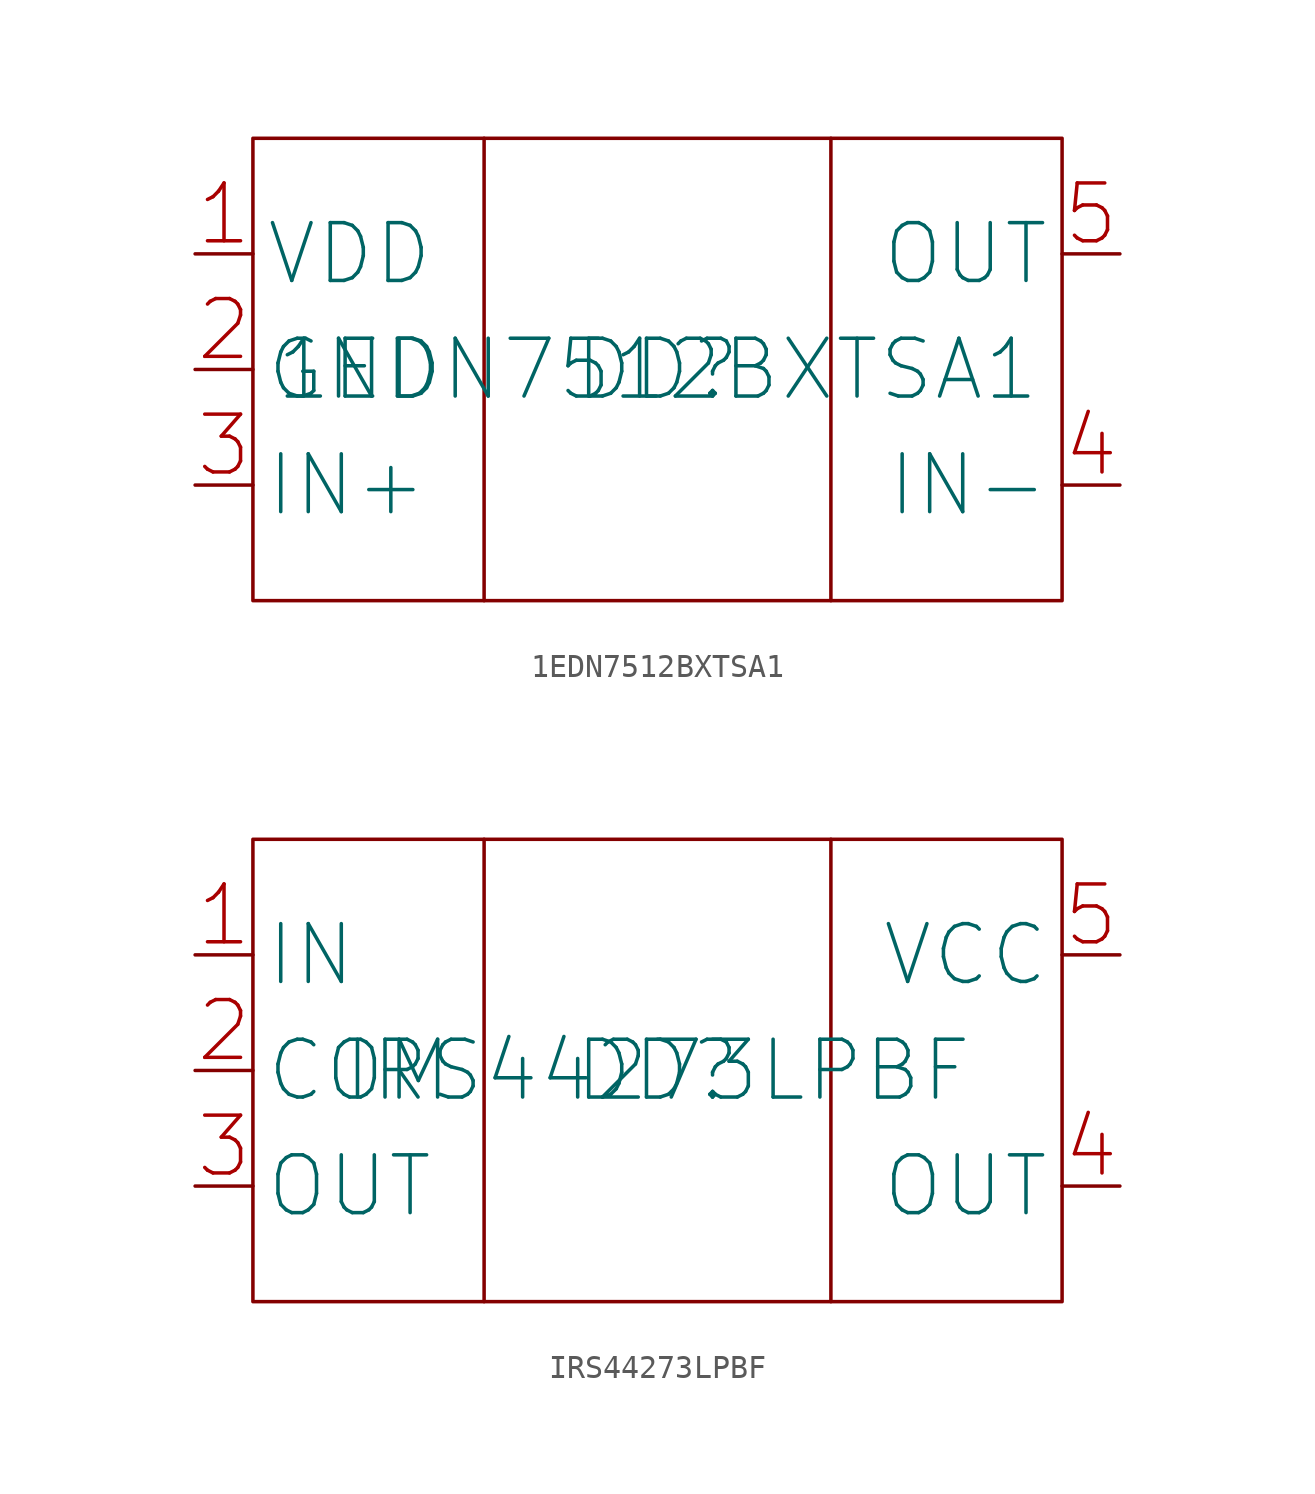
<source format=kicad_sym>
(kicad_symbol_lib
  (version 20220914)
  (generator kicad_symbol_editor)
  (symbol "1EDN7512BXTSA1"
    (property "Reference" "DD"
      (at 0 0 0)
      (effects (font (size 2.5 2.5))))
    (property "Value" "1EDN7512BXTSA1"
      (at 0 0 0)
      (effects (font (size 2.5 2.5))))
    (symbol "1EDN7512BXTSA1_0_1"
      (rectangle (start -17.5 10) (end 17.5 -10) (stroke (width 0) (type default)) (fill (type none)))
      (polyline (pts (xy -7.5 10) (xy -7.5 -10)) (stroke (width 0) (type default)) (fill (type none)))
      (polyline (pts (xy 7.5 10) (xy 7.5 -10)) (stroke (width 0) (type default)) (fill (type none))))
    (symbol "1EDN7512BXTSA1_1_1"
      (pin input line (at -20 5 0) (length 2.5) (name "VDD" (effects (font (size 2.5 2.5)))) (number "1" (effects (font (size 2.5 2.5)))))
      (pin input line (at -20 0 0) (length 2.5) (name "GND" (effects (font (size 2.5 2.5)))) (number "2" (effects (font (size 2.5 2.5)))))
      (pin input line (at -20 -5 0) (length 2.5) (name "IN+" (effects (font (size 2.5 2.5)))) (number "3" (effects (font (size 2.5 2.5)))))
      (pin input line (at 20 -5 180) (length 2.5) (name "IN-" (effects (font (size 2.5 2.5)))) (number "4" (effects (font (size 2.5 2.5)))))
      (pin input line (at 20 5 180) (length 2.5) (name "OUT" (effects (font (size 2.5 2.5)))) (number "5" (effects (font (size 2.5 2.5)))))))
  (symbol "IRS44273LPBF"
    (property "Reference" "DD"
      (at 0 0 0)
      (effects (font (size 2.5 2.5))))
    (property "Value" "IRS44273LPBF"
      (at 0 0 0)
      (effects (font (size 2.5 2.5))))
    (symbol "IRS44273LPBF_0_1"
      (rectangle (start -17.5 10) (end 17.5 -10) (stroke (width 0) (type default)) (fill (type none)))
      (polyline (pts (xy -7.5 10) (xy -7.5 -10)) (stroke (width 0) (type default)) (fill (type none)))
      (polyline (pts (xy 7.5 10) (xy 7.5 -10)) (stroke (width 0) (type default)) (fill (type none))))
    (symbol "IRS44273LPBF_1_1"
      (pin input line (at -20 5 0) (length 2.5) (name "IN" (effects (font (size 2.5 2.5)))) (number "1" (effects (font (size 2.5 2.5)))))
      (pin input line (at -20 0 0) (length 2.5) (name "COM" (effects (font (size 2.5 2.5)))) (number "2" (effects (font (size 2.5 2.5)))))
      (pin input line (at -20 -5 0) (length 2.5) (name "OUT" (effects (font (size 2.5 2.5)))) (number "3" (effects (font (size 2.5 2.5)))))
      (pin input line (at 20 -5 180) (length 2.5) (name "OUT" (effects (font (size 2.5 2.5)))) (number "4" (effects (font (size 2.5 2.5)))))
      (pin input line (at 20 5 180) (length 2.5) (name "VCC" (effects (font (size 2.5 2.5)))) (number "5" (effects (font (size 2.5 2.5))))))))
</source>
